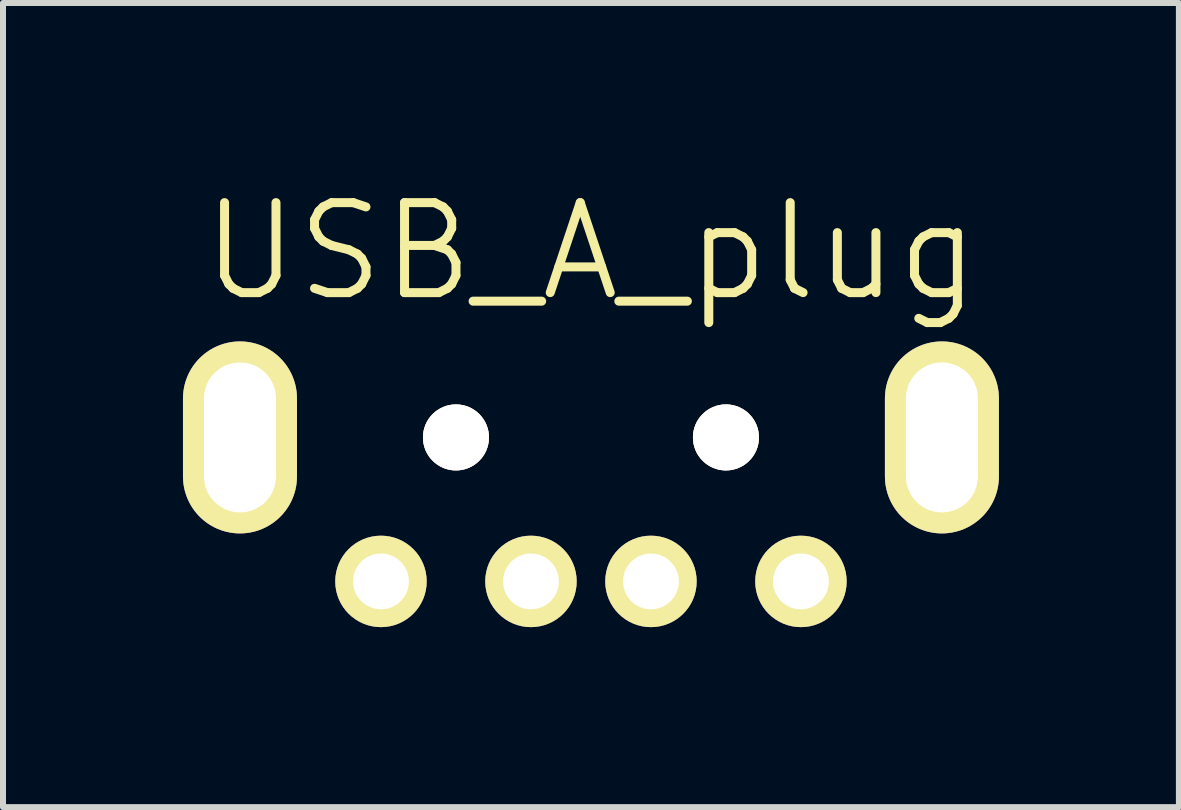
<source format=kicad_pcb>
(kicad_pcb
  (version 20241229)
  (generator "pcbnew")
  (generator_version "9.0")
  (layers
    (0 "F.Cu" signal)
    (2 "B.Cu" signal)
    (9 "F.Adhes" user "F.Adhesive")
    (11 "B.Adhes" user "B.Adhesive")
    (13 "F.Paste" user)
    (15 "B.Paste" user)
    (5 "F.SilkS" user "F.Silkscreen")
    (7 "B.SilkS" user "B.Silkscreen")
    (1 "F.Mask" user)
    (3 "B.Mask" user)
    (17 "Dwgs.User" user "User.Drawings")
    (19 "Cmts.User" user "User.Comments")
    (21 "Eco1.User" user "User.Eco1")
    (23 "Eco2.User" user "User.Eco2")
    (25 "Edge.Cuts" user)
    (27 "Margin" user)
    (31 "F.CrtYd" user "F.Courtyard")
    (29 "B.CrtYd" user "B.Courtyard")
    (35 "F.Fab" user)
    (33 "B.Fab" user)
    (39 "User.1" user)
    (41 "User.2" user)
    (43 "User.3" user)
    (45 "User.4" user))
  (footprint "USB_A_plug"
    (layer "F.Cu")
    (at 6.8 6.641)
    (property "Reference" "USB_A_plug" (at 0 -5.5 0) (layer "F.SilkS") (effects (font (size 1.5 1.5) (thickness 0.15))))
    (attr through_hole)
    (pad "1" thru_hole circle (at -3.5 0) (size 1.524 1.524) (drill 0.93) (layers "*.Cu" "*.Mask" "F.SilkS"))
    (pad "2" thru_hole circle (at -1 0) (size 1.524 1.524) (drill 0.93) (layers "*.Cu" "*.Mask" "F.SilkS"))
    (pad "3" thru_hole circle (at 1 0) (size 1.524 1.524) (drill 0.93) (layers "*.Cu" "*.Mask" "F.SilkS"))
    (pad "4" thru_hole circle (at 3.5 0) (size 1.524 1.524) (drill 0.93) (layers "*.Cu" "*.Mask" "F.SilkS"))
    (pad "5" thru_hole oval (at -5.85 -2.4) (size 1.9 3.2) (drill oval 1.2 2.5) (layers "*.Cu" "*.Mask" "F.SilkS"))
    (pad "5" thru_hole circle (at -2.25 -2.4) (size 1.1 1.1) (drill 1.1) (layers "*.Cu" "*.Mask" "F.SilkS"))
    (pad "5" thru_hole circle (at 2.25 -2.4) (size 1.1 1.1) (drill 1.1) (layers "*.Cu" "*.Mask" "F.SilkS"))
    (pad "5" thru_hole oval (at 5.85 -2.4) (size 1.9 3.2) (drill oval 1.2 2.5) (layers "*.Cu" "*.Mask" "F.SilkS")))
  (gr_rect
    (start -3 -3)
    (end 16.6 10.403)
    (stroke (width 0.1) (type default))
    (fill no)
    (layer "Edge.Cuts")))
</source>
